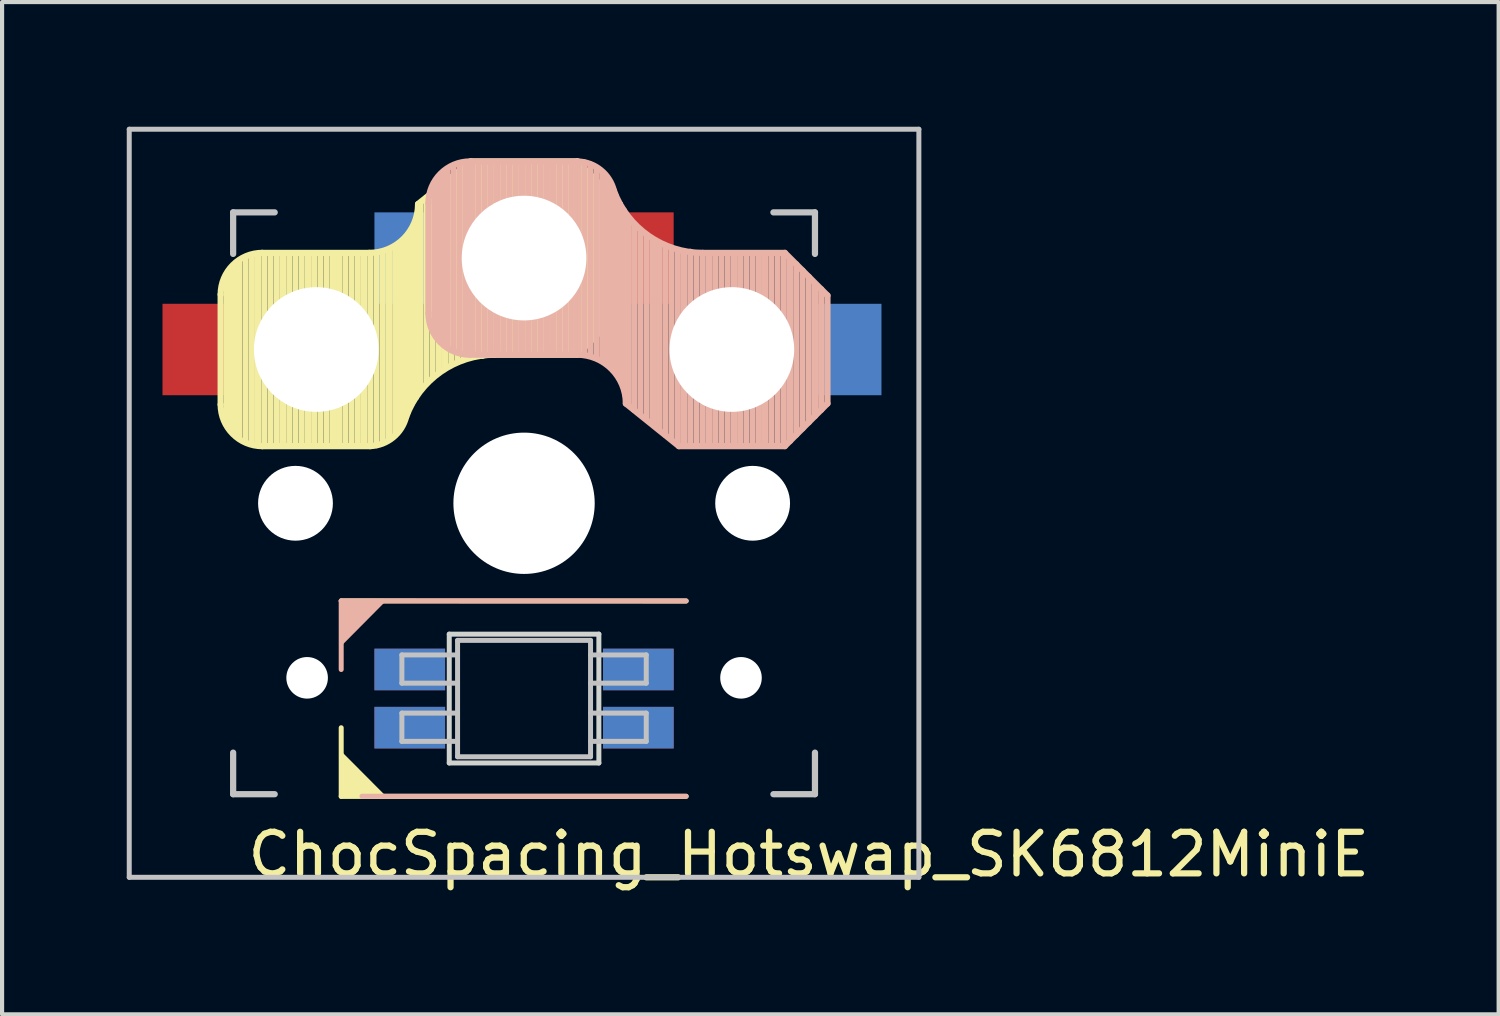
<source format=kicad_pcb>
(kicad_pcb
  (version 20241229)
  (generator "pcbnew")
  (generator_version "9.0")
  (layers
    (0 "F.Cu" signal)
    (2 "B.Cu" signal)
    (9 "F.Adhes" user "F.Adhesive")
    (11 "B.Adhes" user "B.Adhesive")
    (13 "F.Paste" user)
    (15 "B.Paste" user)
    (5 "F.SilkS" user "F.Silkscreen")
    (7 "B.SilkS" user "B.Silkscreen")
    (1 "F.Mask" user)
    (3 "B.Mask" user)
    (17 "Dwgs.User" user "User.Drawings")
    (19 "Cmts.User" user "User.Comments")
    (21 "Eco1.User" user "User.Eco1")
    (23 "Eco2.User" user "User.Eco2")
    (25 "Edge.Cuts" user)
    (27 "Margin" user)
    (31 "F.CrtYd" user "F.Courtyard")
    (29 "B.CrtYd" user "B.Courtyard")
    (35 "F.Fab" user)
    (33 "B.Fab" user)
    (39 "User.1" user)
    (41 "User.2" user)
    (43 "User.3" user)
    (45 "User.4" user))
  (footprint "ChocSpacing_Hotswap_SK6812MiniE"
    (layer "F.Cu")
    (at 9.56 9.06)
    (property "Reference" "ChocSpacing_Hotswap_SK6812MiniE" (at 6.85 8.45 180) (layer "F.SilkS") (effects (font (size 1 1) (thickness 0.15))))
    (attr through_hole)
    (fp_line (start -7.3 -5.025) (end -7.3 -2.375) (stroke (width 0.15) (type solid)) (layer "F.SilkS"))
    (fp_line (start -7.15 -1.95) (end -7.15 -5.5) (stroke (width 0.15) (type solid)) (layer "F.SilkS"))
    (fp_line (start -7.05 -1.8) (end -7.05 -5.55) (stroke (width 0.15) (type solid)) (layer "F.SilkS"))
    (fp_line (start -6.95 -1.7) (end -6.95 -5.65) (stroke (width 0.15) (type solid)) (layer "F.SilkS"))
    (fp_line (start -6.85 -1.6) (end -6.85 -5.8) (stroke (width 0.15) (type solid)) (layer "F.SilkS"))
    (fp_line (start -6.7 -1.5) (end -6.7 -5.9) (stroke (width 0.15) (type solid)) (layer "F.SilkS"))
    (fp_line (start -6.55 -1.45) (end -6.55 -5.95) (stroke (width 0.15) (type solid)) (layer "F.SilkS"))
    (fp_line (start -6.4 -1.4) (end -6.4 -5.95) (stroke (width 0.15) (type solid)) (layer "F.SilkS"))
    (fp_line (start -6.3 -6.025) (end -3.725 -6.025) (stroke (width 0.15) (type solid)) (layer "F.SilkS"))
    (fp_line (start -6.3 -1.375) (end -3.7 -1.375) (stroke (width 0.15) (type solid)) (layer "F.SilkS"))
    (fp_line (start -6.25 -1.4) (end -6.25 -6) (stroke (width 0.15) (type solid)) (layer "F.SilkS"))
    (fp_line (start -6.1 -1.4) (end -6.1 -6) (stroke (width 0.15) (type solid)) (layer "F.SilkS"))
    (fp_line (start -5.95 -1.4) (end -5.95 -6) (stroke (width 0.15) (type solid)) (layer "F.SilkS"))
    (fp_line (start -5.8 -1.4) (end -5.8 -6) (stroke (width 0.15) (type solid)) (layer "F.SilkS"))
    (fp_line (start -5.65 -1.4) (end -5.65 -6) (stroke (width 0.15) (type solid)) (layer "F.SilkS"))
    (fp_line (start -5.5 -1.4) (end -5.5 -6) (stroke (width 0.15) (type solid)) (layer "F.SilkS"))
    (fp_line (start -5.35 -1.4) (end -5.35 -6) (stroke (width 0.15) (type solid)) (layer "F.SilkS"))
    (fp_line (start -5.2 -1.4) (end -5.2 -6) (stroke (width 0.15) (type solid)) (layer "F.SilkS"))
    (fp_line (start -5.05 -1.4) (end -5.05 -6) (stroke (width 0.15) (type solid)) (layer "F.SilkS"))
    (fp_line (start -4.9 -1.4) (end -4.9 -6) (stroke (width 0.15) (type solid)) (layer "F.SilkS"))
    (fp_line (start -4.75 -1.4) (end -4.75 -6) (stroke (width 0.15) (type solid)) (layer "F.SilkS"))
    (fp_line (start -4.6 -1.4) (end -4.6 -6) (stroke (width 0.15) (type solid)) (layer "F.SilkS"))
    (fp_line (start -4.45 -1.4) (end -4.45 -6) (stroke (width 0.15) (type solid)) (layer "F.SilkS"))
    (fp_line (start -4.4 2.349) (end 3.9 2.352) (stroke (width 0.12) (type solid)) (layer "F.SilkS"))
    (fp_line (start -4.4 7.052) (end -4.4 5.401) (stroke (width 0.12) (type solid)) (layer "F.SilkS"))
    (fp_line (start -4.3 -1.4) (end -4.3 -6) (stroke (width 0.15) (type solid)) (layer "F.SilkS"))
    (fp_line (start -4.15 -1.4) (end -4.15 -6) (stroke (width 0.15) (type solid)) (layer "F.SilkS"))
    (fp_line (start -4 -1.4) (end -4 -6) (stroke (width 0.15) (type solid)) (layer "F.SilkS"))
    (fp_line (start -3.85 -1.4) (end -3.85 -5.95) (stroke (width 0.15) (type solid)) (layer "F.SilkS"))
    (fp_line (start -3.7 -1.4) (end -3.7 -6) (stroke (width 0.15) (type solid)) (layer "F.SilkS"))
    (fp_line (start -3.55 -1.4) (end -3.55 -6) (stroke (width 0.15) (type solid)) (layer "F.SilkS"))
    (fp_line (start -3.4 -1.45) (end -3.4 -6) (stroke (width 0.15) (type solid)) (layer "F.SilkS"))
    (fp_line (start -3.25 -1.55) (end -3.25 -6.1) (stroke (width 0.15) (type solid)) (layer "F.SilkS"))
    (fp_line (start -3.1 -1.65) (end -3.1 -6.15) (stroke (width 0.15) (type solid)) (layer "F.SilkS"))
    (fp_line (start -3 -1.8) (end -3 -6.2) (stroke (width 0.15) (type solid)) (layer "F.SilkS"))
    (fp_line (start -2.9 -2.05) (end -2.9 -6.25) (stroke (width 0.15) (type solid)) (layer "F.SilkS"))
    (fp_line (start -2.8 -2.2) (end -2.8 -6.35) (stroke (width 0.15) (type solid)) (layer "F.SilkS"))
    (fp_line (start -2.7 -2.4) (end -2.7 -6.55) (stroke (width 0.15) (type solid)) (layer "F.SilkS"))
    (fp_line (start -2.6 -2.55) (end -2.6 -6.7) (stroke (width 0.15) (type solid)) (layer "F.SilkS"))
    (fp_line (start -2.5 -2.75) (end -2.5 -7.2) (stroke (width 0.15) (type solid)) (layer "F.SilkS"))
    (fp_line (start -2.35 -2.9) (end -2.35 -7.35) (stroke (width 0.15) (type solid)) (layer "F.SilkS"))
    (fp_line (start -2.2 -3.05) (end -2.2 -7.45) (stroke (width 0.15) (type solid)) (layer "F.SilkS"))
    (fp_line (start -2.05 -3.15) (end -2.05 -7.55) (stroke (width 0.15) (type solid)) (layer "F.SilkS"))
    (fp_line (start -1.9 -3.25) (end -1.9 -7.7) (stroke (width 0.15) (type solid)) (layer "F.SilkS"))
    (fp_line (start -1.75 -3.35) (end -1.75 -7.8) (stroke (width 0.15) (type solid)) (layer "F.SilkS"))
    (fp_line (start -1.6 -3.4) (end -1.6 -7.95) (stroke (width 0.15) (type solid)) (layer "F.SilkS"))
    (fp_line (start -1.45 -3.5) (end -1.45 -8.05) (stroke (width 0.15) (type solid)) (layer "F.SilkS"))
    (fp_line (start -1.3 -3.55) (end -1.3 -8.15) (stroke (width 0.15) (type solid)) (layer "F.SilkS"))
    (fp_line (start -1.275 -8.225) (end -2.55 -7.2) (stroke (width 0.15) (type solid)) (layer "F.SilkS"))
    (fp_line (start -1.275 -8.225) (end 1.275 -8.225) (stroke (width 0.15) (type solid)) (layer "F.SilkS"))
    (fp_line (start -1.15 -3.55) (end -1.15 -8.2) (stroke (width 0.15) (type solid)) (layer "F.SilkS"))
    (fp_line (start -1 -3.55) (end -1 -8.2) (stroke (width 0.15) (type solid)) (layer "F.SilkS"))
    (fp_line (start -0.85 -3.6) (end -0.85 -8.15) (stroke (width 0.15) (type solid)) (layer "F.SilkS"))
    (fp_line (start -0.7 -3.6) (end -0.7 -8.2) (stroke (width 0.15) (type solid)) (layer "F.SilkS"))
    (fp_line (start -0.7 -3.575) (end 1.275 -3.575) (stroke (width 0.15) (type solid)) (layer "F.SilkS"))
    (fp_line (start -0.55 -3.6) (end -0.55 -8.2) (stroke (width 0.15) (type solid)) (layer "F.SilkS"))
    (fp_line (start -0.4 -3.6) (end -0.4 -8.2) (stroke (width 0.15) (type solid)) (layer "F.SilkS"))
    (fp_line (start -0.25 -3.6) (end -0.25 -8.2) (stroke (width 0.15) (type solid)) (layer "F.SilkS"))
    (fp_line (start -0.1 -3.6) (end -0.1 -8.2) (stroke (width 0.15) (type solid)) (layer "F.SilkS"))
    (fp_line (start 0.05 -3.6) (end 0.05 -8.2) (stroke (width 0.15) (type solid)) (layer "F.SilkS"))
    (fp_line (start 0.2 -3.6) (end 0.2 -8.2) (stroke (width 0.15) (type solid)) (layer "F.SilkS"))
    (fp_line (start 0.35 -3.6) (end 0.35 -8.2) (stroke (width 0.15) (type solid)) (layer "F.SilkS"))
    (fp_line (start 0.5 -3.6) (end 0.5 -8.2) (stroke (width 0.15) (type solid)) (layer "F.SilkS"))
    (fp_line (start 0.65 -3.6) (end 0.65 -8.2) (stroke (width 0.15) (type solid)) (layer "F.SilkS"))
    (fp_line (start 0.8 -3.6) (end 0.8 -8.2) (stroke (width 0.15) (type solid)) (layer "F.SilkS"))
    (fp_line (start 0.95 -3.6) (end 0.95 -8.2) (stroke (width 0.15) (type solid)) (layer "F.SilkS"))
    (fp_line (start 1.1 -3.6) (end 1.1 -8.2) (stroke (width 0.15) (type solid)) (layer "F.SilkS"))
    (fp_line (start 1.25 -3.6) (end 1.25 -8.2) (stroke (width 0.15) (type solid)) (layer "F.SilkS"))
    (fp_line (start 1.4 -3.75) (end 1.4 -8.1) (stroke (width 0.15) (type solid)) (layer "F.SilkS"))
    (fp_line (start 1.55 -3.85) (end 1.55 -7.95) (stroke (width 0.15) (type solid)) (layer "F.SilkS"))
    (fp_line (start 1.7 -4) (end 1.7 -7.8) (stroke (width 0.15) (type solid)) (layer "F.SilkS"))
    (fp_line (start 1.85 -4.15) (end 1.85 -7.65) (stroke (width 0.15) (type solid)) (layer "F.SilkS"))
    (fp_line (start 2 -4.35) (end 2 -7.5) (stroke (width 0.15) (type solid)) (layer "F.SilkS"))
    (fp_line (start 2.15 -4.45) (end 2.15 -7.35) (stroke (width 0.15) (type solid)) (layer "F.SilkS"))
    (fp_line (start 2.3 -7.2) (end 1.275 -8.225) (stroke (width 0.15) (type solid)) (layer "F.SilkS"))
    (fp_line (start 2.3 -7.2) (end 2.3 -4.6) (stroke (width 0.15) (type solid)) (layer "F.SilkS"))
    (fp_line (start 2.3 -4.6) (end 1.275 -3.575) (stroke (width 0.15) (type solid)) (layer "F.SilkS"))
    (fp_line (start 3.9 7.052) (end -4.4 7.052) (stroke (width 0.12) (type solid)) (layer "F.SilkS"))
    (fp_arc (start -7.3 -5.025) (mid -7.007107 -5.732107) (end -6.3 -6.025) (stroke (width 0.15) (type solid)) (layer "F.SilkS"))
    (fp_arc (start -6.3 -1.375) (mid -7.007107 -1.667893) (end -7.3 -2.375) (stroke (width 0.15) (type solid)) (layer "F.SilkS"))
    (fp_arc (start -2.837801 -2.078096) (mid -3.151716 -1.583979) (end -3.699005 -1.376209) (stroke (width 0.15) (type solid)) (layer "F.SilkS"))
    (fp_arc (start -2.837801 -2.078096) (mid -2.004887 -3.163571) (end -0.7 -3.575) (stroke (width 0.15) (type solid)) (layer "F.SilkS"))
    (fp_arc (start -2.55 -7.2) (mid -2.89415 -6.36915) (end -3.725 -6.025) (stroke (width 0.15) (type solid)) (layer "F.SilkS"))
    (fp_poly (pts (xy -3.392 7.049) (xy -4.4 7.052) (xy -4.4 6.036)) (stroke (width 0.1) (type solid)) (fill yes) (layer "F.SilkS"))
    (fp_line (start -4.4 2.349) (end -4.4 4) (stroke (width 0.12) (type solid)) (layer "B.SilkS"))
    (fp_line (start -3.9 7.049) (end 3.9 7.049) (stroke (width 0.12) (type solid)) (layer "B.SilkS"))
    (fp_line (start -2.3 -4.575) (end -2.3 -7.225) (stroke (width 0.15) (type solid)) (layer "B.SilkS"))
    (fp_line (start -2.15 -7.65) (end -2.15 -4.1) (stroke (width 0.15) (type solid)) (layer "B.SilkS"))
    (fp_line (start -2.05 -7.8) (end -2.05 -4.05) (stroke (width 0.15) (type solid)) (layer "B.SilkS"))
    (fp_line (start -1.95 -7.9) (end -1.95 -3.95) (stroke (width 0.15) (type solid)) (layer "B.SilkS"))
    (fp_line (start -1.85 -8) (end -1.85 -3.8) (stroke (width 0.15) (type solid)) (layer "B.SilkS"))
    (fp_line (start -1.7 -8.1) (end -1.7 -3.7) (stroke (width 0.15) (type solid)) (layer "B.SilkS"))
    (fp_line (start -1.55 -8.15) (end -1.55 -3.65) (stroke (width 0.15) (type solid)) (layer "B.SilkS"))
    (fp_line (start -1.4 -8.2) (end -1.4 -3.65) (stroke (width 0.15) (type solid)) (layer "B.SilkS"))
    (fp_line (start -1.3 -8.225) (end 1.3 -8.225) (stroke (width 0.15) (type solid)) (layer "B.SilkS"))
    (fp_line (start -1.3 -3.575) (end 1.275 -3.575) (stroke (width 0.15) (type solid)) (layer "B.SilkS"))
    (fp_line (start -1.25 -8.2) (end -1.25 -3.6) (stroke (width 0.15) (type solid)) (layer "B.SilkS"))
    (fp_line (start -1.1 -8.2) (end -1.1 -3.6) (stroke (width 0.15) (type solid)) (layer "B.SilkS"))
    (fp_line (start -0.95 -8.2) (end -0.95 -3.6) (stroke (width 0.15) (type solid)) (layer "B.SilkS"))
    (fp_line (start -0.8 -8.2) (end -0.8 -3.6) (stroke (width 0.15) (type solid)) (layer "B.SilkS"))
    (fp_line (start -0.65 -8.2) (end -0.65 -3.6) (stroke (width 0.15) (type solid)) (layer "B.SilkS"))
    (fp_line (start -0.5 -8.2) (end -0.5 -3.6) (stroke (width 0.15) (type solid)) (layer "B.SilkS"))
    (fp_line (start -0.35 -8.2) (end -0.35 -3.6) (stroke (width 0.15) (type solid)) (layer "B.SilkS"))
    (fp_line (start -0.2 -8.2) (end -0.2 -3.6) (stroke (width 0.15) (type solid)) (layer "B.SilkS"))
    (fp_line (start -0.05 -8.2) (end -0.05 -3.6) (stroke (width 0.15) (type solid)) (layer "B.SilkS"))
    (fp_line (start 0.1 -8.2) (end 0.1 -3.6) (stroke (width 0.15) (type solid)) (layer "B.SilkS"))
    (fp_line (start 0.25 -8.2) (end 0.25 -3.6) (stroke (width 0.15) (type solid)) (layer "B.SilkS"))
    (fp_line (start 0.4 -8.2) (end 0.4 -3.6) (stroke (width 0.15) (type solid)) (layer "B.SilkS"))
    (fp_line (start 0.55 -8.2) (end 0.55 -3.6) (stroke (width 0.15) (type solid)) (layer "B.SilkS"))
    (fp_line (start 0.7 -8.2) (end 0.7 -3.6) (stroke (width 0.15) (type solid)) (layer "B.SilkS"))
    (fp_line (start 0.85 -8.2) (end 0.85 -3.6) (stroke (width 0.15) (type solid)) (layer "B.SilkS"))
    (fp_line (start 1 -8.2) (end 1 -3.6) (stroke (width 0.15) (type solid)) (layer "B.SilkS"))
    (fp_line (start 1.15 -8.2) (end 1.15 -3.65) (stroke (width 0.15) (type solid)) (layer "B.SilkS"))
    (fp_line (start 1.3 -8.2) (end 1.3 -3.6) (stroke (width 0.15) (type solid)) (layer "B.SilkS"))
    (fp_line (start 1.45 -8.2) (end 1.45 -3.6) (stroke (width 0.15) (type solid)) (layer "B.SilkS"))
    (fp_line (start 1.6 -8.15) (end 1.6 -3.6) (stroke (width 0.15) (type solid)) (layer "B.SilkS"))
    (fp_line (start 1.75 -8.05) (end 1.75 -3.5) (stroke (width 0.15) (type solid)) (layer "B.SilkS"))
    (fp_line (start 1.9 -7.95) (end 1.9 -3.45) (stroke (width 0.15) (type solid)) (layer "B.SilkS"))
    (fp_line (start 2 -7.8) (end 2 -3.4) (stroke (width 0.15) (type solid)) (layer "B.SilkS"))
    (fp_line (start 2.1 -7.55) (end 2.1 -3.35) (stroke (width 0.15) (type solid)) (layer "B.SilkS"))
    (fp_line (start 2.2 -7.4) (end 2.2 -3.25) (stroke (width 0.15) (type solid)) (layer "B.SilkS"))
    (fp_line (start 2.3 -7.2) (end 2.3 -3.05) (stroke (width 0.15) (type solid)) (layer "B.SilkS"))
    (fp_line (start 2.4 -7.05) (end 2.4 -2.9) (stroke (width 0.15) (type solid)) (layer "B.SilkS"))
    (fp_line (start 2.5 -6.85) (end 2.5 -2.4) (stroke (width 0.15) (type solid)) (layer "B.SilkS"))
    (fp_line (start 2.65 -6.7) (end 2.65 -2.25) (stroke (width 0.15) (type solid)) (layer "B.SilkS"))
    (fp_line (start 2.8 -6.55) (end 2.8 -2.15) (stroke (width 0.15) (type solid)) (layer "B.SilkS"))
    (fp_line (start 2.95 -6.45) (end 2.95 -2.05) (stroke (width 0.15) (type solid)) (layer "B.SilkS"))
    (fp_line (start 3.1 -6.35) (end 3.1 -1.9) (stroke (width 0.15) (type solid)) (layer "B.SilkS"))
    (fp_line (start 3.25 -6.25) (end 3.25 -1.8) (stroke (width 0.15) (type solid)) (layer "B.SilkS"))
    (fp_line (start 3.4 -6.2) (end 3.4 -1.65) (stroke (width 0.15) (type solid)) (layer "B.SilkS"))
    (fp_line (start 3.55 -6.1) (end 3.55 -1.55) (stroke (width 0.15) (type solid)) (layer "B.SilkS"))
    (fp_line (start 3.7 -6.05) (end 3.7 -1.45) (stroke (width 0.15) (type solid)) (layer "B.SilkS"))
    (fp_line (start 3.725 -1.375) (end 2.45 -2.4) (stroke (width 0.15) (type solid)) (layer "B.SilkS"))
    (fp_line (start 3.725 -1.375) (end 6.275 -1.375) (stroke (width 0.15) (type solid)) (layer "B.SilkS"))
    (fp_line (start 3.85 -6.05) (end 3.85 -1.4) (stroke (width 0.15) (type solid)) (layer "B.SilkS"))
    (fp_line (start 3.9 2.349) (end -4.4 2.349) (stroke (width 0.12) (type solid)) (layer "B.SilkS"))
    (fp_line (start 4 -6.05) (end 4 -1.4) (stroke (width 0.15) (type solid)) (layer "B.SilkS"))
    (fp_line (start 4.15 -6) (end 4.15 -1.45) (stroke (width 0.15) (type solid)) (layer "B.SilkS"))
    (fp_line (start 4.3 -6.025) (end 6.275 -6.025) (stroke (width 0.15) (type solid)) (layer "B.SilkS"))
    (fp_line (start 4.3 -6) (end 4.3 -1.4) (stroke (width 0.15) (type solid)) (layer "B.SilkS"))
    (fp_line (start 4.45 -6) (end 4.45 -1.4) (stroke (width 0.15) (type solid)) (layer "B.SilkS"))
    (fp_line (start 4.6 -6) (end 4.6 -1.4) (stroke (width 0.15) (type solid)) (layer "B.SilkS"))
    (fp_line (start 4.75 -6) (end 4.75 -1.4) (stroke (width 0.15) (type solid)) (layer "B.SilkS"))
    (fp_line (start 4.9 -6) (end 4.9 -1.4) (stroke (width 0.15) (type solid)) (layer "B.SilkS"))
    (fp_line (start 5.05 -6) (end 5.05 -1.4) (stroke (width 0.15) (type solid)) (layer "B.SilkS"))
    (fp_line (start 5.2 -6) (end 5.2 -1.4) (stroke (width 0.15) (type solid)) (layer "B.SilkS"))
    (fp_line (start 5.35 -6) (end 5.35 -1.4) (stroke (width 0.15) (type solid)) (layer "B.SilkS"))
    (fp_line (start 5.5 -6) (end 5.5 -1.4) (stroke (width 0.15) (type solid)) (layer "B.SilkS"))
    (fp_line (start 5.65 -6) (end 5.65 -1.4) (stroke (width 0.15) (type solid)) (layer "B.SilkS"))
    (fp_line (start 5.8 -6) (end 5.8 -1.4) (stroke (width 0.15) (type solid)) (layer "B.SilkS"))
    (fp_line (start 5.95 -6) (end 5.95 -1.4) (stroke (width 0.15) (type solid)) (layer "B.SilkS"))
    (fp_line (start 6.1 -6) (end 6.1 -1.4) (stroke (width 0.15) (type solid)) (layer "B.SilkS"))
    (fp_line (start 6.25 -6) (end 6.25 -1.4) (stroke (width 0.15) (type solid)) (layer "B.SilkS"))
    (fp_line (start 6.4 -5.85) (end 6.4 -1.5) (stroke (width 0.15) (type solid)) (layer "B.SilkS"))
    (fp_line (start 6.55 -5.75) (end 6.55 -1.65) (stroke (width 0.15) (type solid)) (layer "B.SilkS"))
    (fp_line (start 6.7 -5.6) (end 6.7 -1.8) (stroke (width 0.15) (type solid)) (layer "B.SilkS"))
    (fp_line (start 6.85 -5.45) (end 6.85 -1.95) (stroke (width 0.15) (type solid)) (layer "B.SilkS"))
    (fp_line (start 7 -5.25) (end 7 -2.1) (stroke (width 0.15) (type solid)) (layer "B.SilkS"))
    (fp_line (start 7.15 -5.15) (end 7.15 -2.25) (stroke (width 0.15) (type solid)) (layer "B.SilkS"))
    (fp_line (start 7.3 -5) (end 6.275 -6.025) (stroke (width 0.15) (type solid)) (layer "B.SilkS"))
    (fp_line (start 7.3 -2.4) (end 6.275 -1.375) (stroke (width 0.15) (type solid)) (layer "B.SilkS"))
    (fp_line (start 7.3 -2.4) (end 7.3 -5) (stroke (width 0.15) (type solid)) (layer "B.SilkS"))
    (fp_arc (start -2.3 -7.225) (mid -2.007107 -7.932107) (end -1.3 -8.225) (stroke (width 0.15) (type solid)) (layer "B.SilkS"))
    (fp_arc (start -1.3 -3.575) (mid -2.007107 -3.867893) (end -2.3 -4.575) (stroke (width 0.15) (type solid)) (layer "B.SilkS"))
    (fp_arc (start 1.275 -3.575) (mid 2.10585 -3.23085) (end 2.45 -2.4) (stroke (width 0.15) (type solid)) (layer "B.SilkS"))
    (fp_arc (start 1.300995 -8.223791) (mid 1.848284 -8.016021) (end 2.162199 -7.521904) (stroke (width 0.15) (type solid)) (layer "B.SilkS"))
    (fp_arc (start 4.3 -6.025) (mid 2.995114 -6.436429) (end 2.162199 -7.521904) (stroke (width 0.15) (type solid)) (layer "B.SilkS"))
    (fp_poly (pts (xy -4.4 3.365) (xy -4.4 2.349) (xy -3.392 2.349)) (stroke (width 0.1) (type solid)) (fill yes) (layer "B.SilkS"))
    (fp_line (start -9.5 -9) (end 9.5 -9) (stroke (width 0.12) (type solid)) (layer "Dwgs.User"))
    (fp_line (start -9.5 9) (end -9.5 -9) (stroke (width 0.12) (type solid)) (layer "Dwgs.User"))
    (fp_line (start -7 -7) (end -7 -6) (stroke (width 0.15) (type solid)) (layer "Dwgs.User"))
    (fp_line (start -7 6) (end -7 7) (stroke (width 0.15) (type solid)) (layer "Dwgs.User"))
    (fp_line (start -7 7) (end -6 7) (stroke (width 0.15) (type solid)) (layer "Dwgs.User"))
    (fp_line (start -6 -7) (end -7 -7) (stroke (width 0.15) (type solid)) (layer "Dwgs.User"))
    (fp_line (start -2.94 3.649) (end -2.94 4.329) (stroke (width 0.12) (type solid)) (layer "Dwgs.User"))
    (fp_line (start -2.94 4.329) (end -1.6 4.329) (stroke (width 0.12) (type solid)) (layer "Dwgs.User"))
    (fp_line (start -2.94 5.049) (end -2.94 5.729) (stroke (width 0.12) (type solid)) (layer "Dwgs.User"))
    (fp_line (start -2.94 5.729) (end -1.6 5.729) (stroke (width 0.12) (type solid)) (layer "Dwgs.User"))
    (fp_line (start -1.6 3.299) (end -1.6 6.099) (stroke (width 0.12) (type solid)) (layer "Dwgs.User"))
    (fp_line (start -1.6 3.299) (end 1.6 3.299) (stroke (width 0.12) (type solid)) (layer "Dwgs.User"))
    (fp_line (start -1.6 3.649) (end -2.94 3.649) (stroke (width 0.12) (type solid)) (layer "Dwgs.User"))
    (fp_line (start -1.6 5.049) (end -2.94 5.049) (stroke (width 0.12) (type solid)) (layer "Dwgs.User"))
    (fp_line (start -1.6 6.099) (end 1.6 6.099) (stroke (width 0.12) (type solid)) (layer "Dwgs.User"))
    (fp_line (start 1.6 3.299) (end 1.6 6.099) (stroke (width 0.12) (type solid)) (layer "Dwgs.User"))
    (fp_line (start 1.6 4.329) (end 2.94 4.329) (stroke (width 0.12) (type solid)) (layer "Dwgs.User"))
    (fp_line (start 1.6 5.729) (end 2.94 5.729) (stroke (width 0.12) (type solid)) (layer "Dwgs.User"))
    (fp_line (start 2.94 3.649) (end 1.6 3.649) (stroke (width 0.12) (type solid)) (layer "Dwgs.User"))
    (fp_line (start 2.94 4.329) (end 2.94 3.649) (stroke (width 0.12) (type solid)) (layer "Dwgs.User"))
    (fp_line (start 2.94 5.049) (end 1.6 5.049) (stroke (width 0.12) (type solid)) (layer "Dwgs.User"))
    (fp_line (start 2.94 5.729) (end 2.94 5.049) (stroke (width 0.12) (type solid)) (layer "Dwgs.User"))
    (fp_line (start 6 -7) (end 7 -7) (stroke (width 0.15) (type solid)) (layer "Dwgs.User"))
    (fp_line (start 7 -7) (end 7 -6) (stroke (width 0.15) (type solid)) (layer "Dwgs.User"))
    (fp_line (start 7 6) (end 7 7) (stroke (width 0.15) (type solid)) (layer "Dwgs.User"))
    (fp_line (start 7 7) (end 6 7) (stroke (width 0.15) (type solid)) (layer "Dwgs.User"))
    (fp_line (start 9.5 -9) (end 9.5 9) (stroke (width 0.12) (type solid)) (layer "Dwgs.User"))
    (fp_line (start 9.5 9) (end -9.5 9) (stroke (width 0.12) (type solid)) (layer "Dwgs.User"))
    (fp_line (start -1.8 3.149) (end -1.8 6.249) (stroke (width 0.12) (type solid)) (layer "Edge.Cuts"))
    (fp_line (start -1.8 6.249) (end 1.8 6.249) (stroke (width 0.12) (type solid)) (layer "Edge.Cuts"))
    (fp_line (start 1.8 3.149) (end -1.8 3.149) (stroke (width 0.12) (type solid)) (layer "Edge.Cuts"))
    (fp_line (start 1.8 6.249) (end 1.8 3.149) (stroke (width 0.12) (type solid)) (layer "Edge.Cuts"))
    (pad "" np_thru_hole circle (at -5.5 0 270) (size 1.8 1.8) (drill 1.8) (layers "*.Cu" "*.Mask"))
    (pad "" np_thru_hole circle (at -5.22 4.2) (size 1 1) (drill 1) (layers "*.Cu" "*.Mask"))
    (pad "" np_thru_hole circle (at -5 -3.7 90) (size 3 3) (drill 3) (layers "*.Cu" "*.Mask"))
    (pad "" np_thru_hole circle (at 0 -5.9 270) (size 3 3) (drill 3) (layers "*.Cu" "*.Mask"))
    (pad "" np_thru_hole circle (at 0 0 270) (size 3.4 3.4) (drill 3.4) (layers "*.Cu" "*.Mask"))
    (pad "" np_thru_hole circle (at 5 -3.7 270) (size 3 3) (drill 3) (layers "*.Cu" "*.Mask"))
    (pad "" np_thru_hole circle (at 5.22 4.2) (size 1 1) (drill 1) (layers "*.Cu" "*.Mask"))
    (pad "" np_thru_hole circle (at 5.5 0 270) (size 1.8 1.8) (drill 1.8) (layers "*.Cu" "*.Mask"))
    (pad "1" smd rect (at 2.75 3.999) (size 1.7 1) (layers "F.Cu" "F.Mask" "F.Paste"))
    (pad "1" smd rect (at 2.75 5.399) (size 1.7 1) (layers "B.Cu" "B.Mask" "B.Paste"))
    (pad "2" smd rect (at 2.75 3.999) (size 1.7 1) (layers "B.Cu" "B.Mask" "B.Paste"))
    (pad "2" smd rect (at 2.75 5.399) (size 1.7 1) (layers "F.Cu" "F.Mask" "F.Paste"))
    (pad "3" smd rect (at -2.75 3.999) (size 1.7 1) (layers "B.Cu" "B.Mask" "B.Paste"))
    (pad "3" smd rect (at -2.75 5.399) (size 1.7 1) (layers "F.Cu" "F.Mask" "F.Paste"))
    (pad "4" smd rect (at -2.75 3.999) (size 1.7 1) (layers "F.Cu" "F.Mask" "F.Paste"))
    (pad "4" smd rect (at -2.75 5.399) (size 1.7 1) (layers "B.Cu" "B.Mask" "B.Paste"))
    (pad "5" smd rect (at -2.8 -5.9) (size 1.6 2.2) (layers "B.Cu" "B.Mask" "B.Paste"))
    (pad "5" smd rect (at 2.8 -5.9) (size 1.6 2.2) (layers "F.Cu" "F.Mask" "F.Paste"))
    (pad "6" smd rect (at -7.9 -3.7) (size 1.6 2.2) (layers "F.Cu" "F.Mask" "F.Paste"))
    (pad "6" smd rect (at 7.8 -3.7) (size 1.6 2.2) (layers "B.Cu" "B.Mask" "B.Paste")))
  (gr_rect
    (start -3 -3)
    (end 33.011 21.358)
    (stroke (width 0.1) (type default))
    (fill no)
    (layer "Edge.Cuts")))
</source>
